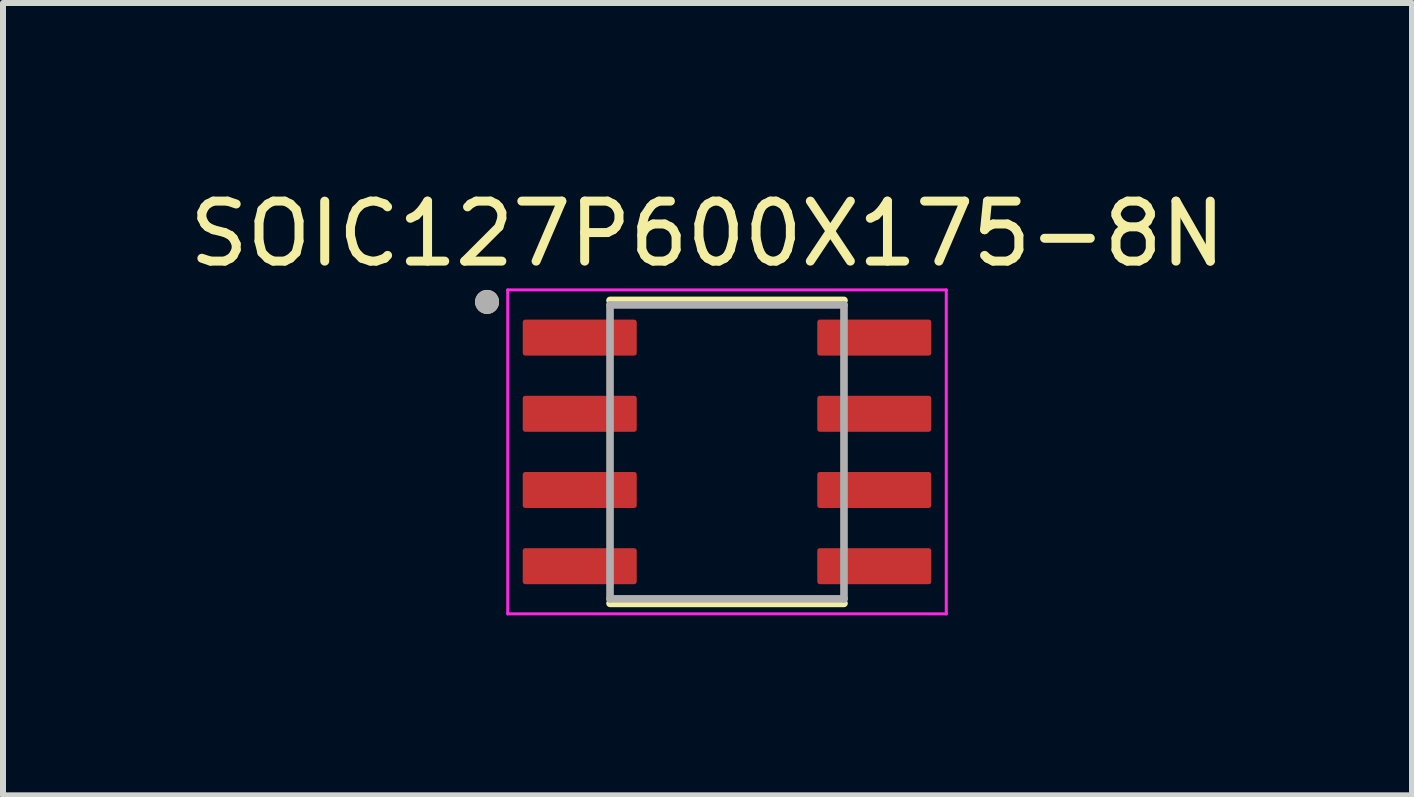
<source format=kicad_pcb>
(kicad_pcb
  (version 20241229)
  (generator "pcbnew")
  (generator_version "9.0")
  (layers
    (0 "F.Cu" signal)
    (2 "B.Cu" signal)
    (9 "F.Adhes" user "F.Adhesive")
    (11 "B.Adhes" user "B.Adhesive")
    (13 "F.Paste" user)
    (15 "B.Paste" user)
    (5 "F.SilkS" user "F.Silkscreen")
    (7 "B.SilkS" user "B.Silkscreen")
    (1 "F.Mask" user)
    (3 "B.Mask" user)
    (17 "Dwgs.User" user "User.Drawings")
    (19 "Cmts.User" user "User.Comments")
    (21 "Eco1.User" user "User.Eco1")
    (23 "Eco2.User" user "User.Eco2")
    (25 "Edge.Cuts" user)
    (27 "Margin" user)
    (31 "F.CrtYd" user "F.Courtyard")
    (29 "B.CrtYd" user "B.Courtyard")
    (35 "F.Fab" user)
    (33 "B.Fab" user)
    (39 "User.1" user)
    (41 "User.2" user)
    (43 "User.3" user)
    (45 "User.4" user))
  (footprint "SOIC127P600X175-8N"
    (layer "F.Cu")
    (at 9.069 4.483)
    (property "Reference" "SOIC127P600X175-8N" (at -0.325 -3.635 0) (layer "F.SilkS") (effects (font (size 1 1) (thickness 0.15))))
    (attr smd)
    (fp_line (start -1.95 -2.525) (end 1.95 -2.525) (stroke (width 0.127) (type solid)) (layer "F.SilkS"))
    (fp_line (start -1.95 2.525) (end 1.95 2.525) (stroke (width 0.127) (type solid)) (layer "F.SilkS"))
    (fp_circle (center -4 -2.5) (end -3.9 -2.5) (stroke (width 0.2) (type solid)) (fill no) (layer "F.SilkS"))
    (fp_line (start -3.655 -2.7) (end -3.655 2.7) (stroke (width 0.05) (type solid)) (layer "F.CrtYd"))
    (fp_line (start -3.655 -2.7) (end 3.655 -2.7) (stroke (width 0.05) (type solid)) (layer "F.CrtYd"))
    (fp_line (start -3.655 2.7) (end 3.655 2.7) (stroke (width 0.05) (type solid)) (layer "F.CrtYd"))
    (fp_line (start 3.655 -2.7) (end 3.655 2.7) (stroke (width 0.05) (type solid)) (layer "F.CrtYd"))
    (fp_line (start -1.95 -2.45) (end -1.95 2.45) (stroke (width 0.127) (type solid)) (layer "F.Fab"))
    (fp_line (start -1.95 -2.45) (end 1.95 -2.45) (stroke (width 0.127) (type solid)) (layer "F.Fab"))
    (fp_line (start -1.95 2.45) (end 1.95 2.45) (stroke (width 0.127) (type solid)) (layer "F.Fab"))
    (fp_line (start 1.95 -2.45) (end 1.95 2.45) (stroke (width 0.127) (type solid)) (layer "F.Fab"))
    (fp_circle (center -4 -2.5) (end -3.9 -2.5) (stroke (width 0.2) (type solid)) (fill no) (layer "F.Fab"))
    (pad "1" smd roundrect (at -2.455 -1.905) (size 1.9 0.6) (layers "F.Cu" "F.Mask" "F.Paste") (roundrect_rratio 0.07))
    (pad "2" smd roundrect (at -2.455 -0.635) (size 1.9 0.6) (layers "F.Cu" "F.Mask" "F.Paste") (roundrect_rratio 0.07))
    (pad "3" smd roundrect (at -2.455 0.635) (size 1.9 0.6) (layers "F.Cu" "F.Mask" "F.Paste") (roundrect_rratio 0.07))
    (pad "4" smd roundrect (at -2.455 1.905) (size 1.9 0.6) (layers "F.Cu" "F.Mask" "F.Paste") (roundrect_rratio 0.07))
    (pad "5" smd roundrect (at 2.455 1.905) (size 1.9 0.6) (layers "F.Cu" "F.Mask" "F.Paste") (roundrect_rratio 0.07))
    (pad "6" smd roundrect (at 2.455 0.635) (size 1.9 0.6) (layers "F.Cu" "F.Mask" "F.Paste") (roundrect_rratio 0.07))
    (pad "7" smd roundrect (at 2.455 -0.635) (size 1.9 0.6) (layers "F.Cu" "F.Mask" "F.Paste") (roundrect_rratio 0.07))
    (pad "8" smd roundrect (at 2.455 -1.905) (size 1.9 0.6) (layers "F.Cu" "F.Mask" "F.Paste") (roundrect_rratio 0.07)))
  (gr_rect
    (start -3 -3)
    (end 20.488 10.208)
    (stroke (width 0.1) (type default))
    (fill no)
    (layer "Edge.Cuts")))
</source>
